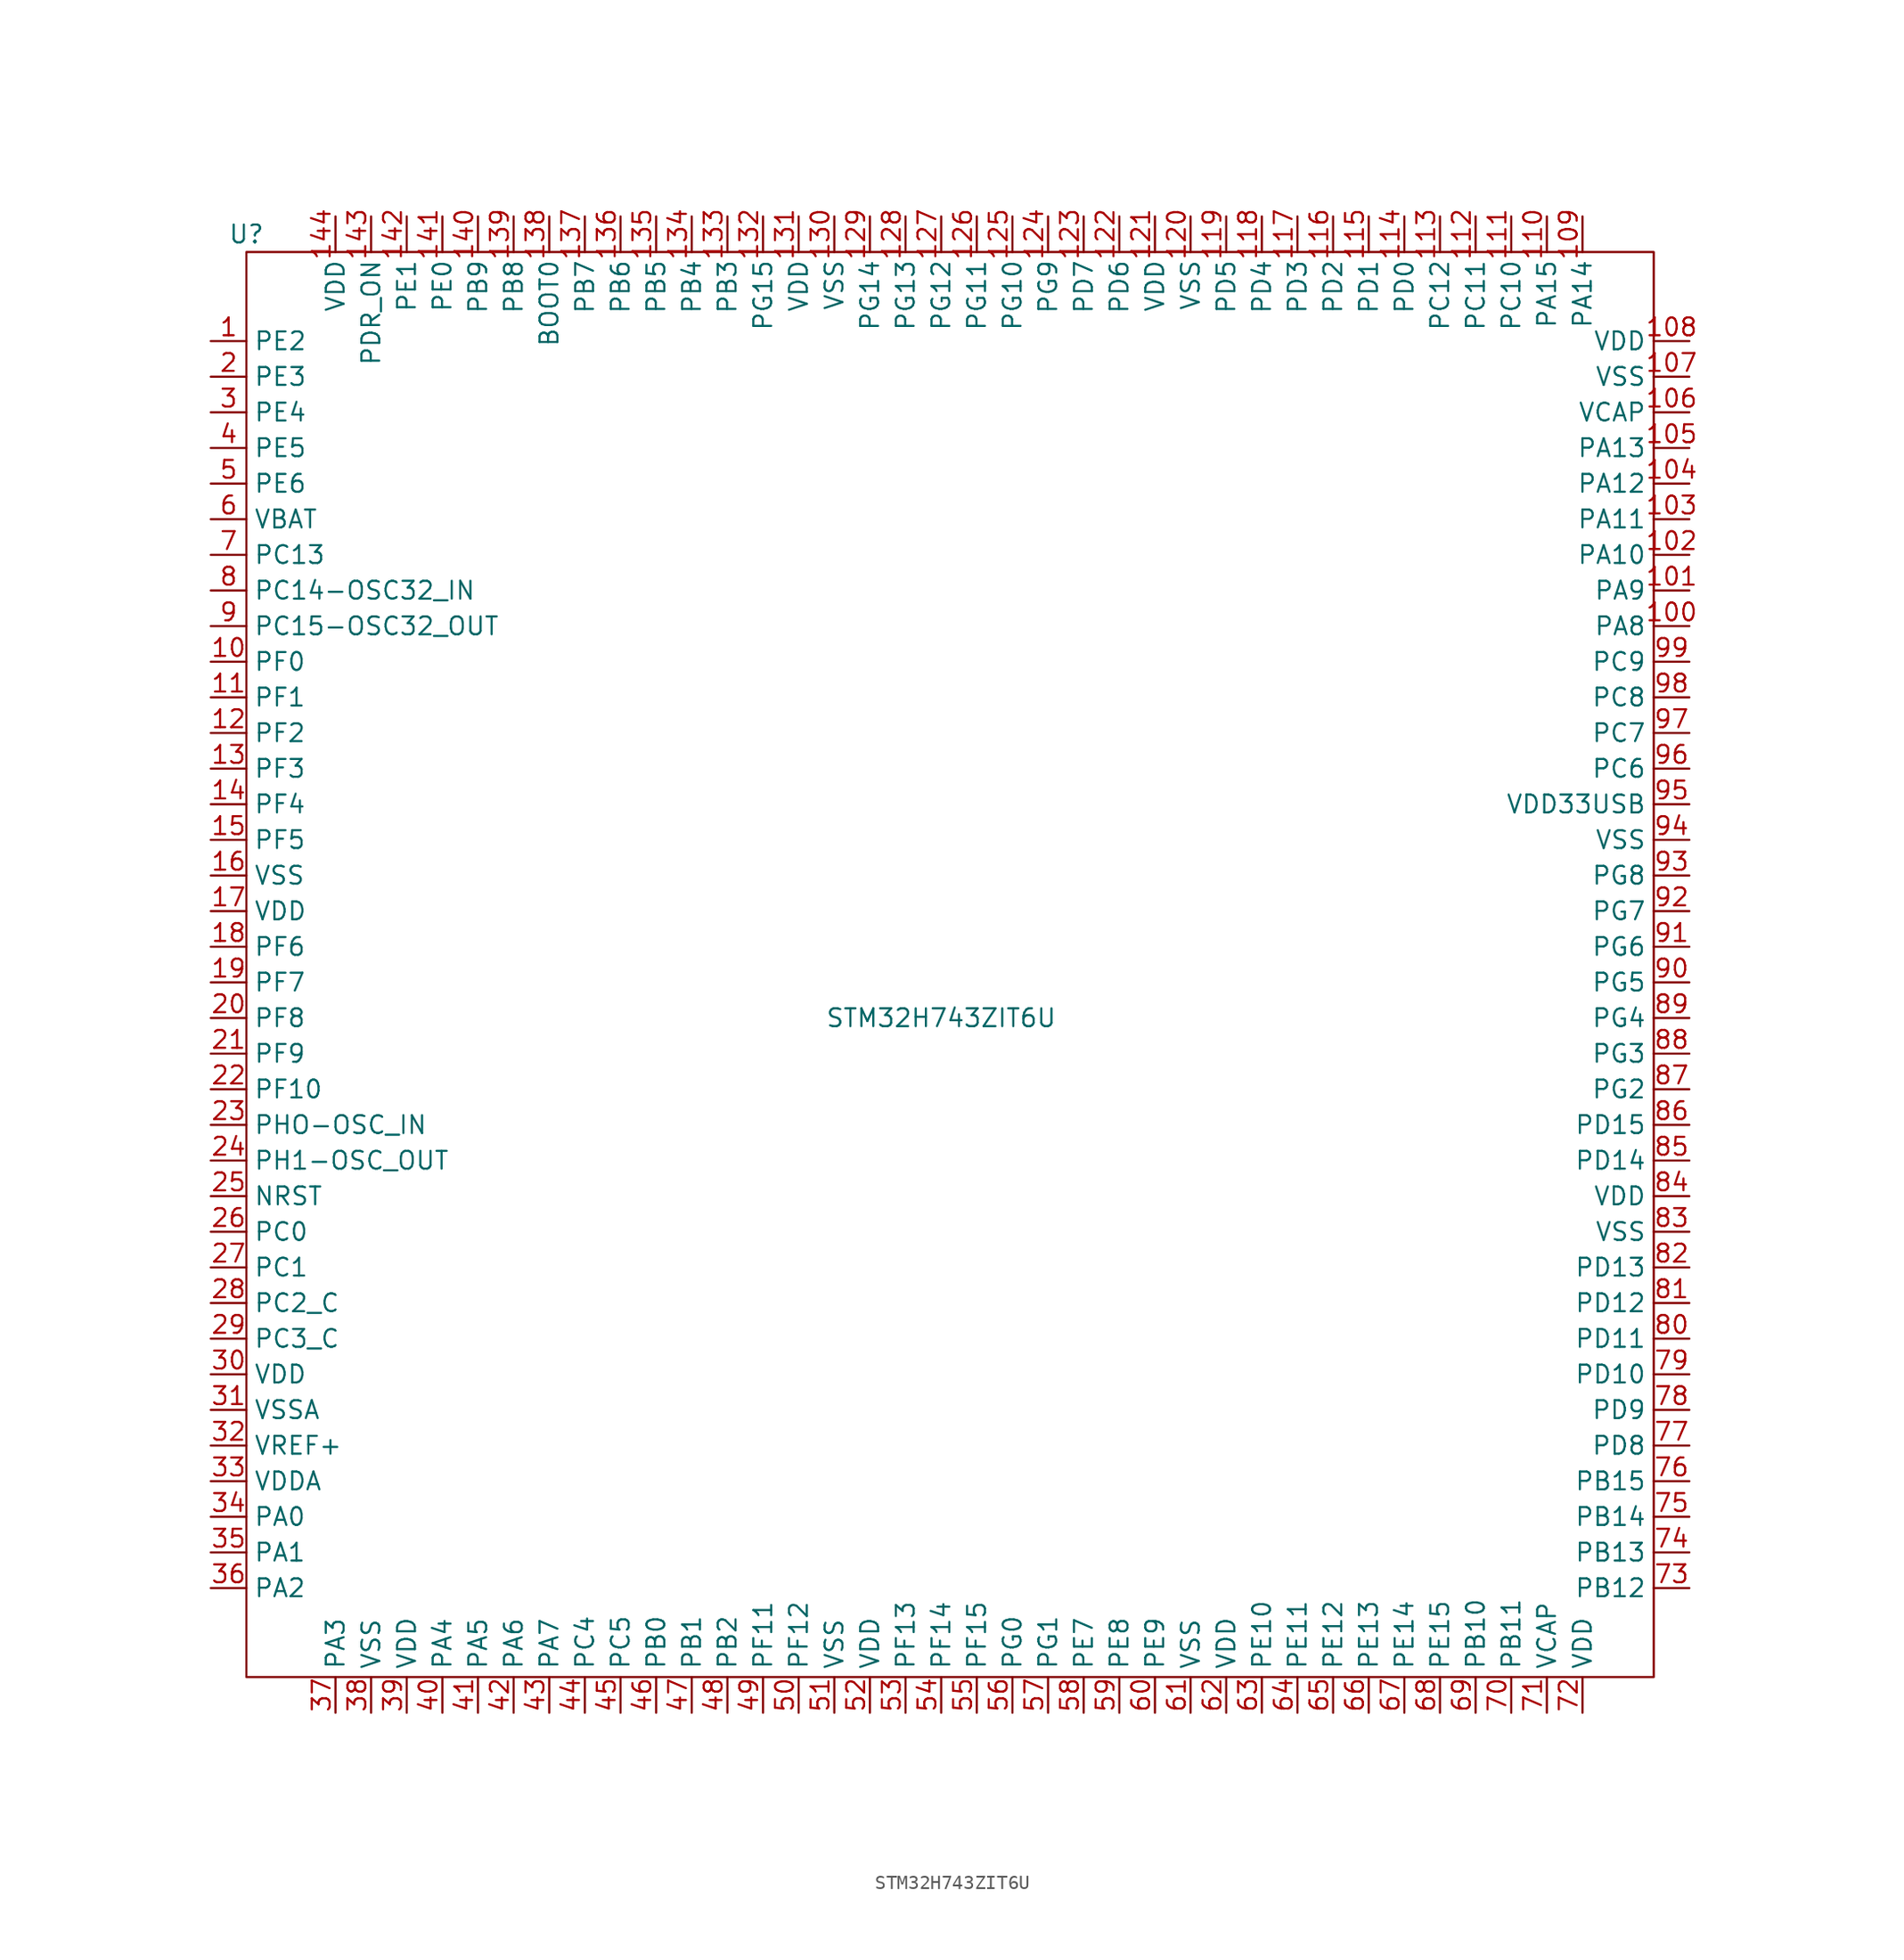
<source format=kicad_sym>
(kicad_symbol_lib
  (version 20211014)
  (generator kicad_symbol_editor)
  (symbol "STM32H743ZIT6U"
    (property "Reference" "U"
      (at -49.53 52.07 0)
      (effects (font (size 1.27 1.27))))
    (property "Value" "STM32H743ZIT6U"
      (at 0 -3.81 0)
      (effects (font (size 1.27 1.27))))
    (symbol "STM32H743ZIT6U_0_0"
      (pin bidirectional line (at -52.07 44.45 0) (length 2.54) (name "PE2" (effects (font (size 1.27 1.27)))) (number "1" (effects (font (size 1.27 1.27)))))
      (pin bidirectional line (at -52.07 21.59 0) (length 2.54) (name "PF0" (effects (font (size 1.27 1.27)))) (number "10" (effects (font (size 1.27 1.27)))))
      (pin bidirectional line (at 53.34 24.13 180) (length 2.54) (name "PA8" (effects (font (size 1.27 1.27)))) (number "100" (effects (font (size 1.27 1.27)))))
      (pin bidirectional line (at 53.34 26.67 180) (length 2.54) (name "PA9" (effects (font (size 1.27 1.27)))) (number "101" (effects (font (size 1.27 1.27)))))
      (pin bidirectional line (at 53.34 29.21 180) (length 2.54) (name "PA10" (effects (font (size 1.27 1.27)))) (number "102" (effects (font (size 1.27 1.27)))))
      (pin bidirectional line (at 53.34 31.75 180) (length 2.54) (name "PA11" (effects (font (size 1.27 1.27)))) (number "103" (effects (font (size 1.27 1.27)))))
      (pin bidirectional line (at 53.34 34.29 180) (length 2.54) (name "PA12" (effects (font (size 1.27 1.27)))) (number "104" (effects (font (size 1.27 1.27)))))
      (pin bidirectional line (at 53.34 36.83 180) (length 2.54) (name "PA13" (effects (font (size 1.27 1.27)))) (number "105" (effects (font (size 1.27 1.27)))))
      (pin power_out line (at 53.34 39.37 180) (length 2.54) (name "VCAP" (effects (font (size 1.27 1.27)))) (number "106" (effects (font (size 1.27 1.27)))))
      (pin power_in line (at 53.34 41.91 180) (length 2.54) (name "VSS" (effects (font (size 1.27 1.27)))) (number "107" (effects (font (size 1.27 1.27)))))
      (pin power_in line (at 53.34 44.45 180) (length 2.54) (name "VDD" (effects (font (size 1.27 1.27)))) (number "108" (effects (font (size 1.27 1.27)))))
      (pin bidirectional line (at 45.72 53.34 270) (length 2.54) (name "PA14" (effects (font (size 1.27 1.27)))) (number "109" (effects (font (size 1.27 1.27)))))
      (pin bidirectional line (at -52.07 19.05 0) (length 2.54) (name "PF1" (effects (font (size 1.27 1.27)))) (number "11" (effects (font (size 1.27 1.27)))))
      (pin bidirectional line (at 43.18 53.34 270) (length 2.54) (name "PA15" (effects (font (size 1.27 1.27)))) (number "110" (effects (font (size 1.27 1.27)))))
      (pin bidirectional line (at 40.64 53.34 270) (length 2.54) (name "PC10" (effects (font (size 1.27 1.27)))) (number "111" (effects (font (size 1.27 1.27)))))
      (pin bidirectional line (at 38.1 53.34 270) (length 2.54) (name "PC11" (effects (font (size 1.27 1.27)))) (number "112" (effects (font (size 1.27 1.27)))))
      (pin bidirectional line (at 35.56 53.34 270) (length 2.54) (name "PC12" (effects (font (size 1.27 1.27)))) (number "113" (effects (font (size 1.27 1.27)))))
      (pin bidirectional line (at 33.02 53.34 270) (length 2.54) (name "PD0" (effects (font (size 1.27 1.27)))) (number "114" (effects (font (size 1.27 1.27)))))
      (pin bidirectional line (at 30.48 53.34 270) (length 2.54) (name "PD1" (effects (font (size 1.27 1.27)))) (number "115" (effects (font (size 1.27 1.27)))))
      (pin bidirectional line (at 27.94 53.34 270) (length 2.54) (name "PD2" (effects (font (size 1.27 1.27)))) (number "116" (effects (font (size 1.27 1.27)))))
      (pin bidirectional line (at 25.4 53.34 270) (length 2.54) (name "PD3" (effects (font (size 1.27 1.27)))) (number "117" (effects (font (size 1.27 1.27)))))
      (pin bidirectional line (at 22.86 53.34 270) (length 2.54) (name "PD4" (effects (font (size 1.27 1.27)))) (number "118" (effects (font (size 1.27 1.27)))))
      (pin bidirectional line (at 20.32 53.34 270) (length 2.54) (name "PD5" (effects (font (size 1.27 1.27)))) (number "119" (effects (font (size 1.27 1.27)))))
      (pin bidirectional line (at -52.07 16.51 0) (length 2.54) (name "PF2" (effects (font (size 1.27 1.27)))) (number "12" (effects (font (size 1.27 1.27)))))
      (pin power_in line (at 17.78 53.34 270) (length 2.54) (name "VSS" (effects (font (size 1.27 1.27)))) (number "120" (effects (font (size 1.27 1.27)))))
      (pin power_in line (at 15.24 53.34 270) (length 2.54) (name "VDD" (effects (font (size 1.27 1.27)))) (number "121" (effects (font (size 1.27 1.27)))))
      (pin bidirectional line (at 12.7 53.34 270) (length 2.54) (name "PD6" (effects (font (size 1.27 1.27)))) (number "122" (effects (font (size 1.27 1.27)))))
      (pin bidirectional line (at 10.16 53.34 270) (length 2.54) (name "PD7" (effects (font (size 1.27 1.27)))) (number "123" (effects (font (size 1.27 1.27)))))
      (pin bidirectional line (at 7.62 53.34 270) (length 2.54) (name "PG9" (effects (font (size 1.27 1.27)))) (number "124" (effects (font (size 1.27 1.27)))))
      (pin bidirectional line (at 5.08 53.34 270) (length 2.54) (name "PG10" (effects (font (size 1.27 1.27)))) (number "125" (effects (font (size 1.27 1.27)))))
      (pin bidirectional line (at 2.54 53.34 270) (length 2.54) (name "PG11" (effects (font (size 1.27 1.27)))) (number "126" (effects (font (size 1.27 1.27)))))
      (pin bidirectional line (at 0 53.34 270) (length 2.54) (name "PG12" (effects (font (size 1.27 1.27)))) (number "127" (effects (font (size 1.27 1.27)))))
      (pin bidirectional line (at -2.54 53.34 270) (length 2.54) (name "PG13" (effects (font (size 1.27 1.27)))) (number "128" (effects (font (size 1.27 1.27)))))
      (pin bidirectional line (at -5.08 53.34 270) (length 2.54) (name "PG14" (effects (font (size 1.27 1.27)))) (number "129" (effects (font (size 1.27 1.27)))))
      (pin bidirectional line (at -52.07 13.97 0) (length 2.54) (name "PF3" (effects (font (size 1.27 1.27)))) (number "13" (effects (font (size 1.27 1.27)))))
      (pin power_in line (at -7.62 53.34 270) (length 2.54) (name "VSS" (effects (font (size 1.27 1.27)))) (number "130" (effects (font (size 1.27 1.27)))))
      (pin power_in line (at -10.16 53.34 270) (length 2.54) (name "VDD" (effects (font (size 1.27 1.27)))) (number "131" (effects (font (size 1.27 1.27)))))
      (pin bidirectional line (at -12.7 53.34 270) (length 2.54) (name "PG15" (effects (font (size 1.27 1.27)))) (number "132" (effects (font (size 1.27 1.27)))))
      (pin bidirectional line (at -15.24 53.34 270) (length 2.54) (name "PB3" (effects (font (size 1.27 1.27)))) (number "133" (effects (font (size 1.27 1.27)))))
      (pin bidirectional line (at -17.78 53.34 270) (length 2.54) (name "PB4" (effects (font (size 1.27 1.27)))) (number "134" (effects (font (size 1.27 1.27)))))
      (pin bidirectional line (at -20.32 53.34 270) (length 2.54) (name "PB5" (effects (font (size 1.27 1.27)))) (number "135" (effects (font (size 1.27 1.27)))))
      (pin bidirectional line (at -22.86 53.34 270) (length 2.54) (name "PB6" (effects (font (size 1.27 1.27)))) (number "136" (effects (font (size 1.27 1.27)))))
      (pin bidirectional line (at -25.4 53.34 270) (length 2.54) (name "PB7" (effects (font (size 1.27 1.27)))) (number "137" (effects (font (size 1.27 1.27)))))
      (pin input line (at -27.94 53.34 270) (length 2.54) (name "BOOT0" (effects (font (size 1.27 1.27)))) (number "138" (effects (font (size 1.27 1.27)))))
      (pin bidirectional line (at -30.48 53.34 270) (length 2.54) (name "PB8" (effects (font (size 1.27 1.27)))) (number "139" (effects (font (size 1.27 1.27)))))
      (pin bidirectional line (at -52.07 11.43 0) (length 2.54) (name "PF4" (effects (font (size 1.27 1.27)))) (number "14" (effects (font (size 1.27 1.27)))))
      (pin bidirectional line (at -33.02 53.34 270) (length 2.54) (name "PB9" (effects (font (size 1.27 1.27)))) (number "140" (effects (font (size 1.27 1.27)))))
      (pin bidirectional line (at -35.56 53.34 270) (length 2.54) (name "PE0" (effects (font (size 1.27 1.27)))) (number "141" (effects (font (size 1.27 1.27)))))
      (pin bidirectional line (at -38.1 53.34 270) (length 2.54) (name "PE1" (effects (font (size 1.27 1.27)))) (number "142" (effects (font (size 1.27 1.27)))))
      (pin input line (at -40.64 53.34 270) (length 2.54) (name "PDR_ON" (effects (font (size 1.27 1.27)))) (number "143" (effects (font (size 1.27 1.27)))))
      (pin power_in line (at -43.18 53.34 270) (length 2.54) (name "VDD" (effects (font (size 1.27 1.27)))) (number "144" (effects (font (size 1.27 1.27)))))
      (pin bidirectional line (at -52.07 8.89 0) (length 2.54) (name "PF5" (effects (font (size 1.27 1.27)))) (number "15" (effects (font (size 1.27 1.27)))))
      (pin power_in line (at -52.07 6.35 0) (length 2.54) (name "VSS" (effects (font (size 1.27 1.27)))) (number "16" (effects (font (size 1.27 1.27)))))
      (pin power_in line (at -52.07 3.81 0) (length 2.54) (name "VDD" (effects (font (size 1.27 1.27)))) (number "17" (effects (font (size 1.27 1.27)))))
      (pin bidirectional line (at -52.07 1.27 0) (length 2.54) (name "PF6" (effects (font (size 1.27 1.27)))) (number "18" (effects (font (size 1.27 1.27)))))
      (pin bidirectional line (at -52.07 -1.27 0) (length 2.54) (name "PF7" (effects (font (size 1.27 1.27)))) (number "19" (effects (font (size 1.27 1.27)))))
      (pin bidirectional line (at -52.07 41.91 0) (length 2.54) (name "PE3" (effects (font (size 1.27 1.27)))) (number "2" (effects (font (size 1.27 1.27)))))
      (pin bidirectional line (at -52.07 -3.81 0) (length 2.54) (name "PF8" (effects (font (size 1.27 1.27)))) (number "20" (effects (font (size 1.27 1.27)))))
      (pin bidirectional line (at -52.07 -6.35 0) (length 2.54) (name "PF9" (effects (font (size 1.27 1.27)))) (number "21" (effects (font (size 1.27 1.27)))))
      (pin bidirectional line (at -52.07 -8.89 0) (length 2.54) (name "PF10" (effects (font (size 1.27 1.27)))) (number "22" (effects (font (size 1.27 1.27)))))
      (pin bidirectional line (at -52.07 -11.43 0) (length 2.54) (name "PHO-OSC_IN" (effects (font (size 1.27 1.27)))) (number "23" (effects (font (size 1.27 1.27)))))
      (pin bidirectional line (at -52.07 -13.97 0) (length 2.54) (name "PH1-OSC_OUT" (effects (font (size 1.27 1.27)))) (number "24" (effects (font (size 1.27 1.27)))))
      (pin bidirectional line (at -52.07 -16.51 0) (length 2.54) (name "NRST" (effects (font (size 1.27 1.27)))) (number "25" (effects (font (size 1.27 1.27)))))
      (pin bidirectional line (at -52.07 -19.05 0) (length 2.54) (name "PC0" (effects (font (size 1.27 1.27)))) (number "26" (effects (font (size 1.27 1.27)))))
      (pin bidirectional line (at -52.07 -21.59 0) (length 2.54) (name "PC1" (effects (font (size 1.27 1.27)))) (number "27" (effects (font (size 1.27 1.27)))))
      (pin input line (at -52.07 -24.13 0) (length 2.54) (name "PC2_C" (effects (font (size 1.27 1.27)))) (number "28" (effects (font (size 1.27 1.27)))))
      (pin input line (at -52.07 -26.67 0) (length 2.54) (name "PC3_C" (effects (font (size 1.27 1.27)))) (number "29" (effects (font (size 1.27 1.27)))))
      (pin bidirectional line (at -52.07 39.37 0) (length 2.54) (name "PE4" (effects (font (size 1.27 1.27)))) (number "3" (effects (font (size 1.27 1.27)))))
      (pin power_in line (at -52.07 -29.21 0) (length 2.54) (name "VDD" (effects (font (size 1.27 1.27)))) (number "30" (effects (font (size 1.27 1.27)))))
      (pin power_in line (at -52.07 -31.75 0) (length 2.54) (name "VSSA" (effects (font (size 1.27 1.27)))) (number "31" (effects (font (size 1.27 1.27)))))
      (pin power_in line (at -52.07 -34.29 0) (length 2.54) (name "VREF+" (effects (font (size 1.27 1.27)))) (number "32" (effects (font (size 1.27 1.27)))))
      (pin power_in line (at -52.07 -36.83 0) (length 2.54) (name "VDDA" (effects (font (size 1.27 1.27)))) (number "33" (effects (font (size 1.27 1.27)))))
      (pin bidirectional line (at -52.07 -39.37 0) (length 2.54) (name "PA0" (effects (font (size 1.27 1.27)))) (number "34" (effects (font (size 1.27 1.27)))))
      (pin bidirectional line (at -52.07 -41.91 0) (length 2.54) (name "PA1" (effects (font (size 1.27 1.27)))) (number "35" (effects (font (size 1.27 1.27)))))
      (pin bidirectional line (at -52.07 -44.45 0) (length 2.54) (name "PA2" (effects (font (size 1.27 1.27)))) (number "36" (effects (font (size 1.27 1.27)))))
      (pin bidirectional line (at -43.18 -53.34 90) (length 2.54) (name "PA3" (effects (font (size 1.27 1.27)))) (number "37" (effects (font (size 1.27 1.27)))))
      (pin power_in line (at -40.64 -53.34 90) (length 2.54) (name "VSS" (effects (font (size 1.27 1.27)))) (number "38" (effects (font (size 1.27 1.27)))))
      (pin power_in line (at -38.1 -53.34 90) (length 2.54) (name "VDD" (effects (font (size 1.27 1.27)))) (number "39" (effects (font (size 1.27 1.27)))))
      (pin bidirectional line (at -52.07 36.83 0) (length 2.54) (name "PE5" (effects (font (size 1.27 1.27)))) (number "4" (effects (font (size 1.27 1.27)))))
      (pin bidirectional line (at -35.56 -53.34 90) (length 2.54) (name "PA4" (effects (font (size 1.27 1.27)))) (number "40" (effects (font (size 1.27 1.27)))))
      (pin bidirectional line (at -33.02 -53.34 90) (length 2.54) (name "PA5" (effects (font (size 1.27 1.27)))) (number "41" (effects (font (size 1.27 1.27)))))
      (pin bidirectional line (at -30.48 -53.34 90) (length 2.54) (name "PA6" (effects (font (size 1.27 1.27)))) (number "42" (effects (font (size 1.27 1.27)))))
      (pin bidirectional line (at -27.94 -53.34 90) (length 2.54) (name "PA7" (effects (font (size 1.27 1.27)))) (number "43" (effects (font (size 1.27 1.27)))))
      (pin bidirectional line (at -25.4 -53.34 90) (length 2.54) (name "PC4" (effects (font (size 1.27 1.27)))) (number "44" (effects (font (size 1.27 1.27)))))
      (pin bidirectional line (at -22.86 -53.34 90) (length 2.54) (name "PC5" (effects (font (size 1.27 1.27)))) (number "45" (effects (font (size 1.27 1.27)))))
      (pin bidirectional line (at -20.32 -53.34 90) (length 2.54) (name "PB0" (effects (font (size 1.27 1.27)))) (number "46" (effects (font (size 1.27 1.27)))))
      (pin bidirectional line (at -17.78 -53.34 90) (length 2.54) (name "PB1" (effects (font (size 1.27 1.27)))) (number "47" (effects (font (size 1.27 1.27)))))
      (pin bidirectional line (at -15.24 -53.34 90) (length 2.54) (name "PB2" (effects (font (size 1.27 1.27)))) (number "48" (effects (font (size 1.27 1.27)))))
      (pin bidirectional line (at -12.7 -53.34 90) (length 2.54) (name "PF11" (effects (font (size 1.27 1.27)))) (number "49" (effects (font (size 1.27 1.27)))))
      (pin bidirectional line (at -52.07 34.29 0) (length 2.54) (name "PE6" (effects (font (size 1.27 1.27)))) (number "5" (effects (font (size 1.27 1.27)))))
      (pin bidirectional line (at -10.16 -53.34 90) (length 2.54) (name "PF12" (effects (font (size 1.27 1.27)))) (number "50" (effects (font (size 1.27 1.27)))))
      (pin power_in line (at -7.62 -53.34 90) (length 2.54) (name "VSS" (effects (font (size 1.27 1.27)))) (number "51" (effects (font (size 1.27 1.27)))))
      (pin power_in line (at -5.08 -53.34 90) (length 2.54) (name "VDD" (effects (font (size 1.27 1.27)))) (number "52" (effects (font (size 1.27 1.27)))))
      (pin bidirectional line (at -2.54 -53.34 90) (length 2.54) (name "PF13" (effects (font (size 1.27 1.27)))) (number "53" (effects (font (size 1.27 1.27)))))
      (pin bidirectional line (at 0 -53.34 90) (length 2.54) (name "PF14" (effects (font (size 1.27 1.27)))) (number "54" (effects (font (size 1.27 1.27)))))
      (pin bidirectional line (at 2.54 -53.34 90) (length 2.54) (name "PF15" (effects (font (size 1.27 1.27)))) (number "55" (effects (font (size 1.27 1.27)))))
      (pin bidirectional line (at 5.08 -53.34 90) (length 2.54) (name "PG0" (effects (font (size 1.27 1.27)))) (number "56" (effects (font (size 1.27 1.27)))))
      (pin bidirectional line (at 7.62 -53.34 90) (length 2.54) (name "PG1" (effects (font (size 1.27 1.27)))) (number "57" (effects (font (size 1.27 1.27)))))
      (pin bidirectional line (at 10.16 -53.34 90) (length 2.54) (name "PE7" (effects (font (size 1.27 1.27)))) (number "58" (effects (font (size 1.27 1.27)))))
      (pin bidirectional line (at 12.7 -53.34 90) (length 2.54) (name "PE8" (effects (font (size 1.27 1.27)))) (number "59" (effects (font (size 1.27 1.27)))))
      (pin power_in line (at -52.07 31.75 0) (length 2.54) (name "VBAT" (effects (font (size 1.27 1.27)))) (number "6" (effects (font (size 1.27 1.27)))))
      (pin bidirectional line (at 15.24 -53.34 90) (length 2.54) (name "PE9" (effects (font (size 1.27 1.27)))) (number "60" (effects (font (size 1.27 1.27)))))
      (pin power_in line (at 17.78 -53.34 90) (length 2.54) (name "VSS" (effects (font (size 1.27 1.27)))) (number "61" (effects (font (size 1.27 1.27)))))
      (pin power_in line (at 20.32 -53.34 90) (length 2.54) (name "VDD" (effects (font (size 1.27 1.27)))) (number "62" (effects (font (size 1.27 1.27)))))
      (pin bidirectional line (at 22.86 -53.34 90) (length 2.54) (name "PE10" (effects (font (size 1.27 1.27)))) (number "63" (effects (font (size 1.27 1.27)))))
      (pin bidirectional line (at 25.4 -53.34 90) (length 2.54) (name "PE11" (effects (font (size 1.27 1.27)))) (number "64" (effects (font (size 1.27 1.27)))))
      (pin bidirectional line (at 27.94 -53.34 90) (length 2.54) (name "PE12" (effects (font (size 1.27 1.27)))) (number "65" (effects (font (size 1.27 1.27)))))
      (pin bidirectional line (at 30.48 -53.34 90) (length 2.54) (name "PE13" (effects (font (size 1.27 1.27)))) (number "66" (effects (font (size 1.27 1.27)))))
      (pin bidirectional line (at 33.02 -53.34 90) (length 2.54) (name "PE14" (effects (font (size 1.27 1.27)))) (number "67" (effects (font (size 1.27 1.27)))))
      (pin bidirectional line (at 35.56 -53.34 90) (length 2.54) (name "PE15" (effects (font (size 1.27 1.27)))) (number "68" (effects (font (size 1.27 1.27)))))
      (pin bidirectional line (at 38.1 -53.34 90) (length 2.54) (name "PB10" (effects (font (size 1.27 1.27)))) (number "69" (effects (font (size 1.27 1.27)))))
      (pin bidirectional line (at -52.07 29.21 0) (length 2.54) (name "PC13" (effects (font (size 1.27 1.27)))) (number "7" (effects (font (size 1.27 1.27)))))
      (pin bidirectional line (at 40.64 -53.34 90) (length 2.54) (name "PB11" (effects (font (size 1.27 1.27)))) (number "70" (effects (font (size 1.27 1.27)))))
      (pin power_out line (at 43.18 -53.34 90) (length 2.54) (name "VCAP" (effects (font (size 1.27 1.27)))) (number "71" (effects (font (size 1.27 1.27)))))
      (pin power_in line (at 45.72 -53.34 90) (length 2.54) (name "VDD" (effects (font (size 1.27 1.27)))) (number "72" (effects (font (size 1.27 1.27)))))
      (pin bidirectional line (at 53.34 -44.45 180) (length 2.54) (name "PB12" (effects (font (size 1.27 1.27)))) (number "73" (effects (font (size 1.27 1.27)))))
      (pin bidirectional line (at 53.34 -41.91 180) (length 2.54) (name "PB13" (effects (font (size 1.27 1.27)))) (number "74" (effects (font (size 1.27 1.27)))))
      (pin bidirectional line (at 53.34 -39.37 180) (length 2.54) (name "PB14" (effects (font (size 1.27 1.27)))) (number "75" (effects (font (size 1.27 1.27)))))
      (pin bidirectional line (at 53.34 -36.83 180) (length 2.54) (name "PB15" (effects (font (size 1.27 1.27)))) (number "76" (effects (font (size 1.27 1.27)))))
      (pin bidirectional line (at 53.34 -34.29 180) (length 2.54) (name "PD8" (effects (font (size 1.27 1.27)))) (number "77" (effects (font (size 1.27 1.27)))))
      (pin bidirectional line (at 53.34 -31.75 180) (length 2.54) (name "PD9" (effects (font (size 1.27 1.27)))) (number "78" (effects (font (size 1.27 1.27)))))
      (pin bidirectional line (at 53.34 -29.21 180) (length 2.54) (name "PD10" (effects (font (size 1.27 1.27)))) (number "79" (effects (font (size 1.27 1.27)))))
      (pin bidirectional line (at -52.07 26.67 0) (length 2.54) (name "PC14-OSC32_IN" (effects (font (size 1.27 1.27)))) (number "8" (effects (font (size 1.27 1.27)))))
      (pin bidirectional line (at 53.34 -26.67 180) (length 2.54) (name "PD11" (effects (font (size 1.27 1.27)))) (number "80" (effects (font (size 1.27 1.27)))))
      (pin bidirectional line (at 53.34 -24.13 180) (length 2.54) (name "PD12" (effects (font (size 1.27 1.27)))) (number "81" (effects (font (size 1.27 1.27)))))
      (pin bidirectional line (at 53.34 -21.59 180) (length 2.54) (name "PD13" (effects (font (size 1.27 1.27)))) (number "82" (effects (font (size 1.27 1.27)))))
      (pin power_in line (at 53.34 -19.05 180) (length 2.54) (name "VSS" (effects (font (size 1.27 1.27)))) (number "83" (effects (font (size 1.27 1.27)))))
      (pin power_in line (at 53.34 -16.51 180) (length 2.54) (name "VDD" (effects (font (size 1.27 1.27)))) (number "84" (effects (font (size 1.27 1.27)))))
      (pin bidirectional line (at 53.34 -13.97 180) (length 2.54) (name "PD14" (effects (font (size 1.27 1.27)))) (number "85" (effects (font (size 1.27 1.27)))))
      (pin bidirectional line (at 53.34 -11.43 180) (length 2.54) (name "PD15" (effects (font (size 1.27 1.27)))) (number "86" (effects (font (size 1.27 1.27)))))
      (pin bidirectional line (at 53.34 -8.89 180) (length 2.54) (name "PG2" (effects (font (size 1.27 1.27)))) (number "87" (effects (font (size 1.27 1.27)))))
      (pin bidirectional line (at 53.34 -6.35 180) (length 2.54) (name "PG3" (effects (font (size 1.27 1.27)))) (number "88" (effects (font (size 1.27 1.27)))))
      (pin bidirectional line (at 53.34 -3.81 180) (length 2.54) (name "PG4" (effects (font (size 1.27 1.27)))) (number "89" (effects (font (size 1.27 1.27)))))
      (pin bidirectional line (at -52.07 24.13 0) (length 2.54) (name "PC15-OSC32_OUT" (effects (font (size 1.27 1.27)))) (number "9" (effects (font (size 1.27 1.27)))))
      (pin bidirectional line (at 53.34 -1.27 180) (length 2.54) (name "PG5" (effects (font (size 1.27 1.27)))) (number "90" (effects (font (size 1.27 1.27)))))
      (pin bidirectional line (at 53.34 1.27 180) (length 2.54) (name "PG6" (effects (font (size 1.27 1.27)))) (number "91" (effects (font (size 1.27 1.27)))))
      (pin bidirectional line (at 53.34 3.81 180) (length 2.54) (name "PG7" (effects (font (size 1.27 1.27)))) (number "92" (effects (font (size 1.27 1.27)))))
      (pin bidirectional line (at 53.34 6.35 180) (length 2.54) (name "PG8" (effects (font (size 1.27 1.27)))) (number "93" (effects (font (size 1.27 1.27)))))
      (pin power_in line (at 53.34 8.89 180) (length 2.54) (name "VSS" (effects (font (size 1.27 1.27)))) (number "94" (effects (font (size 1.27 1.27)))))
      (pin power_in line (at 53.34 11.43 180) (length 2.54) (name "VDD33USB" (effects (font (size 1.27 1.27)))) (number "95" (effects (font (size 1.27 1.27)))))
      (pin bidirectional line (at 53.34 13.97 180) (length 2.54) (name "PC6" (effects (font (size 1.27 1.27)))) (number "96" (effects (font (size 1.27 1.27)))))
      (pin bidirectional line (at 53.34 16.51 180) (length 2.54) (name "PC7" (effects (font (size 1.27 1.27)))) (number "97" (effects (font (size 1.27 1.27)))))
      (pin bidirectional line (at 53.34 19.05 180) (length 2.54) (name "PC8" (effects (font (size 1.27 1.27)))) (number "98" (effects (font (size 1.27 1.27)))))
      (pin bidirectional line (at 53.34 21.59 180) (length 2.54) (name "PC9" (effects (font (size 1.27 1.27)))) (number "99" (effects (font (size 1.27 1.27))))))
    (symbol "STM32H743ZIT6U_0_1"
      (rectangle (start -49.53 50.8) (end 50.8 -50.8) (stroke (width 0) (type default) (color 0 0 0 0)) (fill (type none))))))
</source>
